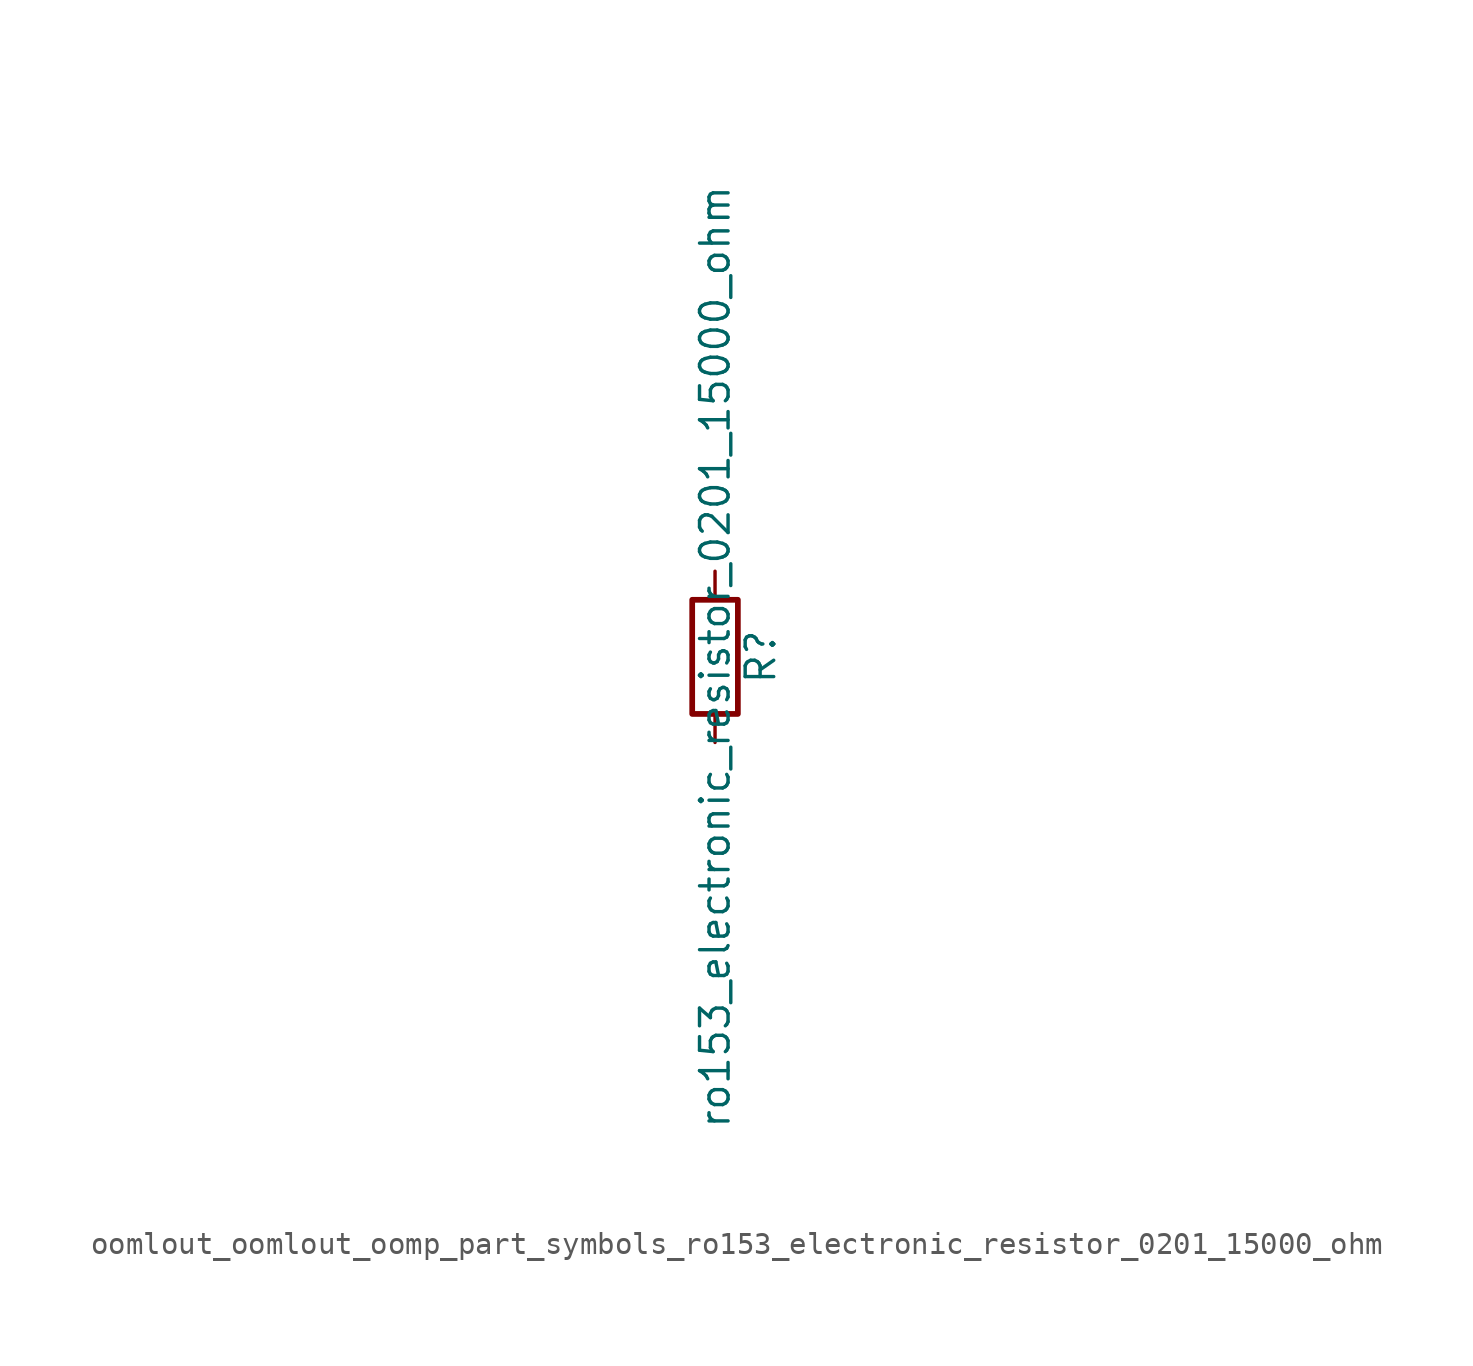
<source format=kicad_sym>
(kicad_symbol_lib
  (version 20220914)
  (generator kicad_symbol_editor)
  (symbol "oomlout_oomlout_oomp_part_symbols_ro153_electronic_resistor_0201_15000_ohm"
    (pin_numbers hide)
    (pin_names
      (offset 0))
    (property "Reference" "R"
      (at 2.032 0 90)
      (effects (font (size 1.27 1.27))))
    (property "Value" "ro153_electronic_resistor_0201_15000_ohm"
      (at 0 0 90)
      (effects (font (size 1.27 1.27))))
    (symbol "oomlout_oomlout_oomp_part_symbols_ro153_electronic_resistor_0201_15000_ohm_0_1"
      (rectangle (start -1.016 -2.54) (end 1.016 2.54) (stroke (width 0.254) (type default)) (fill (type none))))
    (symbol "oomlout_oomlout_oomp_part_symbols_ro153_electronic_resistor_0201_15000_ohm_1_1"
      (pin passive line (at 0 3.81 270) (length 1.27) (name "~" (effects (font (size 1.27 1.27)))) (number "1" (effects (font (size 1.27 1.27)))))
      (pin passive line (at 0 -3.81 90) (length 1.27) (name "~" (effects (font (size 1.27 1.27)))) (number "2" (effects (font (size 1.27 1.27))))))))
</source>
